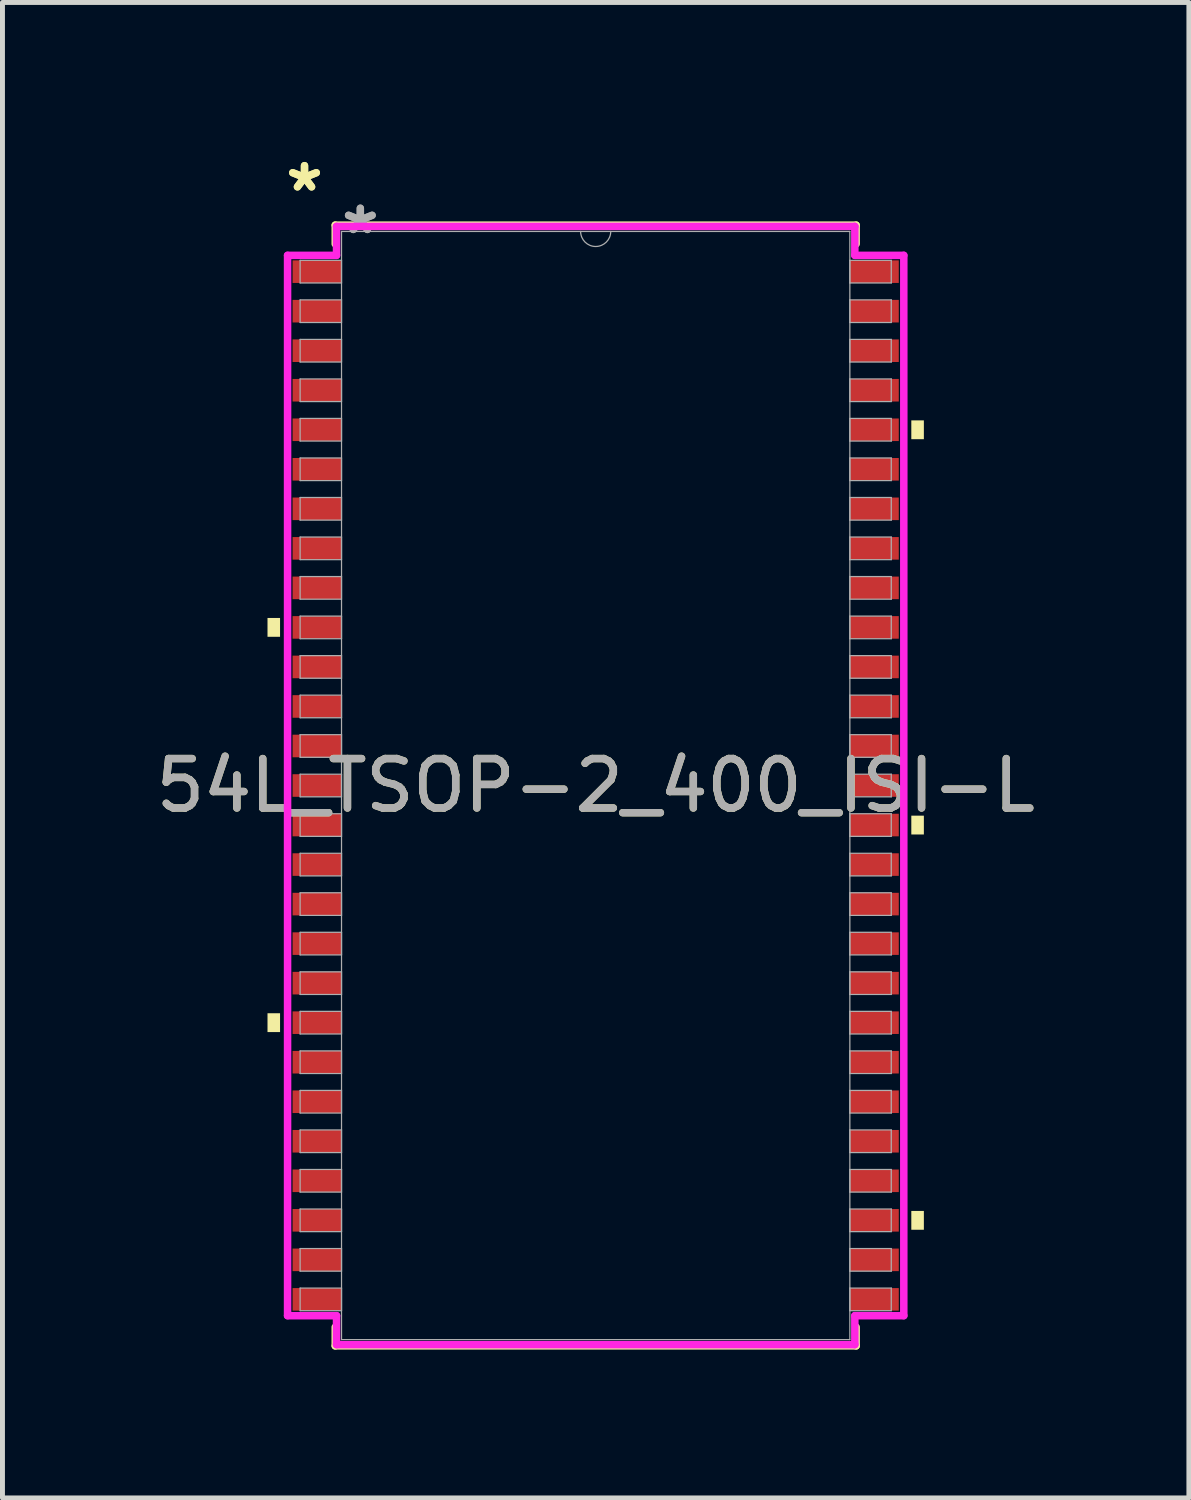
<source format=kicad_pcb>
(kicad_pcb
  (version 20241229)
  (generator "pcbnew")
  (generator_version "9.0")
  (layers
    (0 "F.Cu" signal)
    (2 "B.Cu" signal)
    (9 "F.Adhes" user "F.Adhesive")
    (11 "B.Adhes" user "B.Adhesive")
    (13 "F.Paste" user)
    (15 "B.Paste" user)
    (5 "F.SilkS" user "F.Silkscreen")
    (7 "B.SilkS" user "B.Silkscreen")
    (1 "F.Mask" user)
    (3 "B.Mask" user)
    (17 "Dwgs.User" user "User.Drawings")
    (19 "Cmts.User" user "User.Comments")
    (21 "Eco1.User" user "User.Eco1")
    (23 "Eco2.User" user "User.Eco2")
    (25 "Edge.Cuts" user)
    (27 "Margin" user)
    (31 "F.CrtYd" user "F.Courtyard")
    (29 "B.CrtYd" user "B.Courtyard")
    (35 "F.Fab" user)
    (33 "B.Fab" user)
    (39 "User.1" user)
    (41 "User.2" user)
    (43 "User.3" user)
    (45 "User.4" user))
  (footprint "54L_TSOP-2_400_ISI-L"
    (layer "F.Cu")
    (at 9.006 12.848)
    (property "Reference" "54L_TSOP-2_400_ISI-L" (at 0 0 0) (unlocked yes) (layer "F.SilkS") (effects (font (size 1 1) (thickness 0.15))))
    (attr smd)
    (fp_line (start -5.271 -11.341) (end -5.271 -10.961) (stroke (width 0.152) (type solid)) (layer "F.SilkS"))
    (fp_line (start -5.271 10.961) (end -5.271 11.341) (stroke (width 0.152) (type solid)) (layer "F.SilkS"))
    (fp_line (start -5.271 11.341) (end 5.271 11.341) (stroke (width 0.152) (type solid)) (layer "F.SilkS"))
    (fp_line (start 5.271 -11.341) (end -5.271 -11.341) (stroke (width 0.152) (type solid)) (layer "F.SilkS"))
    (fp_line (start 5.271 -10.961) (end 5.271 -11.341) (stroke (width 0.152) (type solid)) (layer "F.SilkS"))
    (fp_line (start 5.271 11.341) (end 5.271 10.961) (stroke (width 0.152) (type solid)) (layer "F.SilkS"))
    (fp_poly (pts (xy -6.642 -3.391) (xy -6.642 -3.01) (xy -6.388 -3.01) (xy -6.388 -3.391)) (stroke (width 0) (type solid)) (fill yes) (layer "F.SilkS"))
    (fp_poly (pts (xy -6.642 4.609) (xy -6.642 4.99) (xy -6.388 4.99) (xy -6.388 4.609)) (stroke (width 0) (type solid)) (fill yes) (layer "F.SilkS"))
    (fp_poly (pts (xy 6.642 -7.39) (xy 6.642 -7.009) (xy 6.388 -7.009) (xy 6.388 -7.39)) (stroke (width 0) (type solid)) (fill yes) (layer "F.SilkS"))
    (fp_poly (pts (xy 6.642 0.61) (xy 6.642 0.991) (xy 6.388 0.991) (xy 6.388 0.61)) (stroke (width 0) (type solid)) (fill yes) (layer "F.SilkS"))
    (fp_poly (pts (xy 6.642 8.61) (xy 6.642 8.991) (xy 6.388 8.991) (xy 6.388 8.61)) (stroke (width 0) (type solid)) (fill yes) (layer "F.SilkS"))
    (fp_line (start -6.236 -10.73) (end -5.245 -10.73) (stroke (width 0.152) (type solid)) (layer "F.CrtYd"))
    (fp_line (start -6.236 10.73) (end -6.236 -10.73) (stroke (width 0.152) (type solid)) (layer "F.CrtYd"))
    (fp_line (start -6.236 10.73) (end -5.245 10.73) (stroke (width 0.152) (type solid)) (layer "F.CrtYd"))
    (fp_line (start -5.245 -11.316) (end 5.245 -11.316) (stroke (width 0.152) (type solid)) (layer "F.CrtYd"))
    (fp_line (start -5.245 -10.73) (end -5.245 -11.316) (stroke (width 0.152) (type solid)) (layer "F.CrtYd"))
    (fp_line (start -5.245 11.316) (end -5.245 10.73) (stroke (width 0.152) (type solid)) (layer "F.CrtYd"))
    (fp_line (start 5.245 -11.316) (end 5.245 -10.73) (stroke (width 0.152) (type solid)) (layer "F.CrtYd"))
    (fp_line (start 5.245 10.73) (end 5.245 11.316) (stroke (width 0.152) (type solid)) (layer "F.CrtYd"))
    (fp_line (start 5.245 11.316) (end -5.245 11.316) (stroke (width 0.152) (type solid)) (layer "F.CrtYd"))
    (fp_line (start 6.236 -10.73) (end 5.245 -10.73) (stroke (width 0.152) (type solid)) (layer "F.CrtYd"))
    (fp_line (start 6.236 -10.73) (end 6.236 10.73) (stroke (width 0.152) (type solid)) (layer "F.CrtYd"))
    (fp_line (start 6.236 10.73) (end 5.245 10.73) (stroke (width 0.152) (type solid)) (layer "F.CrtYd"))
    (fp_line (start -5.982 -10.629) (end -5.982 -10.171) (stroke (width 0.025) (type solid)) (layer "F.Fab"))
    (fp_line (start -5.982 -10.171) (end -5.144 -10.171) (stroke (width 0.025) (type solid)) (layer "F.Fab"))
    (fp_line (start -5.982 -9.829) (end -5.982 -9.371) (stroke (width 0.025) (type solid)) (layer "F.Fab"))
    (fp_line (start -5.982 -9.371) (end -5.144 -9.371) (stroke (width 0.025) (type solid)) (layer "F.Fab"))
    (fp_line (start -5.982 -9.029) (end -5.982 -8.571) (stroke (width 0.025) (type solid)) (layer "F.Fab"))
    (fp_line (start -5.982 -8.571) (end -5.144 -8.571) (stroke (width 0.025) (type solid)) (layer "F.Fab"))
    (fp_line (start -5.982 -8.229) (end -5.982 -7.771) (stroke (width 0.025) (type solid)) (layer "F.Fab"))
    (fp_line (start -5.982 -7.771) (end -5.144 -7.771) (stroke (width 0.025) (type solid)) (layer "F.Fab"))
    (fp_line (start -5.982 -7.429) (end -5.982 -6.971) (stroke (width 0.025) (type solid)) (layer "F.Fab"))
    (fp_line (start -5.982 -6.971) (end -5.144 -6.971) (stroke (width 0.025) (type solid)) (layer "F.Fab"))
    (fp_line (start -5.982 -6.629) (end -5.982 -6.171) (stroke (width 0.025) (type solid)) (layer "F.Fab"))
    (fp_line (start -5.982 -6.171) (end -5.144 -6.171) (stroke (width 0.025) (type solid)) (layer "F.Fab"))
    (fp_line (start -5.982 -5.829) (end -5.982 -5.371) (stroke (width 0.025) (type solid)) (layer "F.Fab"))
    (fp_line (start -5.982 -5.371) (end -5.144 -5.371) (stroke (width 0.025) (type solid)) (layer "F.Fab"))
    (fp_line (start -5.982 -5.029) (end -5.982 -4.571) (stroke (width 0.025) (type solid)) (layer "F.Fab"))
    (fp_line (start -5.982 -4.571) (end -5.144 -4.571) (stroke (width 0.025) (type solid)) (layer "F.Fab"))
    (fp_line (start -5.982 -4.229) (end -5.982 -3.771) (stroke (width 0.025) (type solid)) (layer "F.Fab"))
    (fp_line (start -5.982 -3.771) (end -5.144 -3.771) (stroke (width 0.025) (type solid)) (layer "F.Fab"))
    (fp_line (start -5.982 -3.429) (end -5.982 -2.971) (stroke (width 0.025) (type solid)) (layer "F.Fab"))
    (fp_line (start -5.982 -2.971) (end -5.144 -2.971) (stroke (width 0.025) (type solid)) (layer "F.Fab"))
    (fp_line (start -5.982 -2.629) (end -5.982 -2.171) (stroke (width 0.025) (type solid)) (layer "F.Fab"))
    (fp_line (start -5.982 -2.171) (end -5.144 -2.171) (stroke (width 0.025) (type solid)) (layer "F.Fab"))
    (fp_line (start -5.982 -1.829) (end -5.982 -1.371) (stroke (width 0.025) (type solid)) (layer "F.Fab"))
    (fp_line (start -5.982 -1.371) (end -5.144 -1.371) (stroke (width 0.025) (type solid)) (layer "F.Fab"))
    (fp_line (start -5.982 -1.029) (end -5.982 -0.571) (stroke (width 0.025) (type solid)) (layer "F.Fab"))
    (fp_line (start -5.982 -0.571) (end -5.144 -0.571) (stroke (width 0.025) (type solid)) (layer "F.Fab"))
    (fp_line (start -5.982 -0.229) (end -5.982 0.229) (stroke (width 0.025) (type solid)) (layer "F.Fab"))
    (fp_line (start -5.982 0.229) (end -5.144 0.229) (stroke (width 0.025) (type solid)) (layer "F.Fab"))
    (fp_line (start -5.982 0.571) (end -5.982 1.029) (stroke (width 0.025) (type solid)) (layer "F.Fab"))
    (fp_line (start -5.982 1.029) (end -5.144 1.029) (stroke (width 0.025) (type solid)) (layer "F.Fab"))
    (fp_line (start -5.982 1.371) (end -5.982 1.829) (stroke (width 0.025) (type solid)) (layer "F.Fab"))
    (fp_line (start -5.982 1.829) (end -5.144 1.829) (stroke (width 0.025) (type solid)) (layer "F.Fab"))
    (fp_line (start -5.982 2.171) (end -5.982 2.629) (stroke (width 0.025) (type solid)) (layer "F.Fab"))
    (fp_line (start -5.982 2.629) (end -5.144 2.629) (stroke (width 0.025) (type solid)) (layer "F.Fab"))
    (fp_line (start -5.982 2.971) (end -5.982 3.429) (stroke (width 0.025) (type solid)) (layer "F.Fab"))
    (fp_line (start -5.982 3.429) (end -5.144 3.429) (stroke (width 0.025) (type solid)) (layer "F.Fab"))
    (fp_line (start -5.982 3.771) (end -5.982 4.229) (stroke (width 0.025) (type solid)) (layer "F.Fab"))
    (fp_line (start -5.982 4.229) (end -5.144 4.229) (stroke (width 0.025) (type solid)) (layer "F.Fab"))
    (fp_line (start -5.982 4.571) (end -5.982 5.029) (stroke (width 0.025) (type solid)) (layer "F.Fab"))
    (fp_line (start -5.982 5.029) (end -5.144 5.029) (stroke (width 0.025) (type solid)) (layer "F.Fab"))
    (fp_line (start -5.982 5.371) (end -5.982 5.829) (stroke (width 0.025) (type solid)) (layer "F.Fab"))
    (fp_line (start -5.982 5.829) (end -5.144 5.829) (stroke (width 0.025) (type solid)) (layer "F.Fab"))
    (fp_line (start -5.982 6.171) (end -5.982 6.629) (stroke (width 0.025) (type solid)) (layer "F.Fab"))
    (fp_line (start -5.982 6.629) (end -5.144 6.629) (stroke (width 0.025) (type solid)) (layer "F.Fab"))
    (fp_line (start -5.982 6.971) (end -5.982 7.429) (stroke (width 0.025) (type solid)) (layer "F.Fab"))
    (fp_line (start -5.982 7.429) (end -5.144 7.429) (stroke (width 0.025) (type solid)) (layer "F.Fab"))
    (fp_line (start -5.982 7.771) (end -5.982 8.229) (stroke (width 0.025) (type solid)) (layer "F.Fab"))
    (fp_line (start -5.982 8.229) (end -5.144 8.229) (stroke (width 0.025) (type solid)) (layer "F.Fab"))
    (fp_line (start -5.982 8.571) (end -5.982 9.029) (stroke (width 0.025) (type solid)) (layer "F.Fab"))
    (fp_line (start -5.982 9.029) (end -5.144 9.029) (stroke (width 0.025) (type solid)) (layer "F.Fab"))
    (fp_line (start -5.982 9.371) (end -5.982 9.829) (stroke (width 0.025) (type solid)) (layer "F.Fab"))
    (fp_line (start -5.982 9.829) (end -5.144 9.829) (stroke (width 0.025) (type solid)) (layer "F.Fab"))
    (fp_line (start -5.982 10.171) (end -5.982 10.629) (stroke (width 0.025) (type solid)) (layer "F.Fab"))
    (fp_line (start -5.982 10.629) (end -5.144 10.629) (stroke (width 0.025) (type solid)) (layer "F.Fab"))
    (fp_line (start -5.144 -11.214) (end -5.144 11.214) (stroke (width 0.025) (type solid)) (layer "F.Fab"))
    (fp_line (start -5.144 -10.629) (end -5.982 -10.629) (stroke (width 0.025) (type solid)) (layer "F.Fab"))
    (fp_line (start -5.144 -10.171) (end -5.144 -10.629) (stroke (width 0.025) (type solid)) (layer "F.Fab"))
    (fp_line (start -5.144 -9.829) (end -5.982 -9.829) (stroke (width 0.025) (type solid)) (layer "F.Fab"))
    (fp_line (start -5.144 -9.371) (end -5.144 -9.829) (stroke (width 0.025) (type solid)) (layer "F.Fab"))
    (fp_line (start -5.144 -9.029) (end -5.982 -9.029) (stroke (width 0.025) (type solid)) (layer "F.Fab"))
    (fp_line (start -5.144 -8.571) (end -5.144 -9.029) (stroke (width 0.025) (type solid)) (layer "F.Fab"))
    (fp_line (start -5.144 -8.229) (end -5.982 -8.229) (stroke (width 0.025) (type solid)) (layer "F.Fab"))
    (fp_line (start -5.144 -7.771) (end -5.144 -8.229) (stroke (width 0.025) (type solid)) (layer "F.Fab"))
    (fp_line (start -5.144 -7.429) (end -5.982 -7.429) (stroke (width 0.025) (type solid)) (layer "F.Fab"))
    (fp_line (start -5.144 -6.971) (end -5.144 -7.429) (stroke (width 0.025) (type solid)) (layer "F.Fab"))
    (fp_line (start -5.144 -6.629) (end -5.982 -6.629) (stroke (width 0.025) (type solid)) (layer "F.Fab"))
    (fp_line (start -5.144 -6.171) (end -5.144 -6.629) (stroke (width 0.025) (type solid)) (layer "F.Fab"))
    (fp_line (start -5.144 -5.829) (end -5.982 -5.829) (stroke (width 0.025) (type solid)) (layer "F.Fab"))
    (fp_line (start -5.144 -5.371) (end -5.144 -5.829) (stroke (width 0.025) (type solid)) (layer "F.Fab"))
    (fp_line (start -5.144 -5.029) (end -5.982 -5.029) (stroke (width 0.025) (type solid)) (layer "F.Fab"))
    (fp_line (start -5.144 -4.571) (end -5.144 -5.029) (stroke (width 0.025) (type solid)) (layer "F.Fab"))
    (fp_line (start -5.144 -4.229) (end -5.982 -4.229) (stroke (width 0.025) (type solid)) (layer "F.Fab"))
    (fp_line (start -5.144 -3.771) (end -5.144 -4.229) (stroke (width 0.025) (type solid)) (layer "F.Fab"))
    (fp_line (start -5.144 -3.429) (end -5.982 -3.429) (stroke (width 0.025) (type solid)) (layer "F.Fab"))
    (fp_line (start -5.144 -2.971) (end -5.144 -3.429) (stroke (width 0.025) (type solid)) (layer "F.Fab"))
    (fp_line (start -5.144 -2.629) (end -5.982 -2.629) (stroke (width 0.025) (type solid)) (layer "F.Fab"))
    (fp_line (start -5.144 -2.171) (end -5.144 -2.629) (stroke (width 0.025) (type solid)) (layer "F.Fab"))
    (fp_line (start -5.144 -1.829) (end -5.982 -1.829) (stroke (width 0.025) (type solid)) (layer "F.Fab"))
    (fp_line (start -5.144 -1.371) (end -5.144 -1.829) (stroke (width 0.025) (type solid)) (layer "F.Fab"))
    (fp_line (start -5.144 -1.029) (end -5.982 -1.029) (stroke (width 0.025) (type solid)) (layer "F.Fab"))
    (fp_line (start -5.144 -0.571) (end -5.144 -1.029) (stroke (width 0.025) (type solid)) (layer "F.Fab"))
    (fp_line (start -5.144 -0.229) (end -5.982 -0.229) (stroke (width 0.025) (type solid)) (layer "F.Fab"))
    (fp_line (start -5.144 0.229) (end -5.144 -0.229) (stroke (width 0.025) (type solid)) (layer "F.Fab"))
    (fp_line (start -5.144 0.571) (end -5.982 0.571) (stroke (width 0.025) (type solid)) (layer "F.Fab"))
    (fp_line (start -5.144 1.029) (end -5.144 0.571) (stroke (width 0.025) (type solid)) (layer "F.Fab"))
    (fp_line (start -5.144 1.371) (end -5.982 1.371) (stroke (width 0.025) (type solid)) (layer "F.Fab"))
    (fp_line (start -5.144 1.829) (end -5.144 1.371) (stroke (width 0.025) (type solid)) (layer "F.Fab"))
    (fp_line (start -5.144 2.171) (end -5.982 2.171) (stroke (width 0.025) (type solid)) (layer "F.Fab"))
    (fp_line (start -5.144 2.629) (end -5.144 2.171) (stroke (width 0.025) (type solid)) (layer "F.Fab"))
    (fp_line (start -5.144 2.971) (end -5.982 2.971) (stroke (width 0.025) (type solid)) (layer "F.Fab"))
    (fp_line (start -5.144 3.429) (end -5.144 2.971) (stroke (width 0.025) (type solid)) (layer "F.Fab"))
    (fp_line (start -5.144 3.771) (end -5.982 3.771) (stroke (width 0.025) (type solid)) (layer "F.Fab"))
    (fp_line (start -5.144 4.229) (end -5.144 3.771) (stroke (width 0.025) (type solid)) (layer "F.Fab"))
    (fp_line (start -5.144 4.571) (end -5.982 4.571) (stroke (width 0.025) (type solid)) (layer "F.Fab"))
    (fp_line (start -5.144 5.029) (end -5.144 4.571) (stroke (width 0.025) (type solid)) (layer "F.Fab"))
    (fp_line (start -5.144 5.371) (end -5.982 5.371) (stroke (width 0.025) (type solid)) (layer "F.Fab"))
    (fp_line (start -5.144 5.829) (end -5.144 5.371) (stroke (width 0.025) (type solid)) (layer "F.Fab"))
    (fp_line (start -5.144 6.171) (end -5.982 6.171) (stroke (width 0.025) (type solid)) (layer "F.Fab"))
    (fp_line (start -5.144 6.629) (end -5.144 6.171) (stroke (width 0.025) (type solid)) (layer "F.Fab"))
    (fp_line (start -5.144 6.971) (end -5.982 6.971) (stroke (width 0.025) (type solid)) (layer "F.Fab"))
    (fp_line (start -5.144 7.429) (end -5.144 6.971) (stroke (width 0.025) (type solid)) (layer "F.Fab"))
    (fp_line (start -5.144 7.771) (end -5.982 7.771) (stroke (width 0.025) (type solid)) (layer "F.Fab"))
    (fp_line (start -5.144 8.229) (end -5.144 7.771) (stroke (width 0.025) (type solid)) (layer "F.Fab"))
    (fp_line (start -5.144 8.571) (end -5.982 8.571) (stroke (width 0.025) (type solid)) (layer "F.Fab"))
    (fp_line (start -5.144 9.029) (end -5.144 8.571) (stroke (width 0.025) (type solid)) (layer "F.Fab"))
    (fp_line (start -5.144 9.371) (end -5.982 9.371) (stroke (width 0.025) (type solid)) (layer "F.Fab"))
    (fp_line (start -5.144 9.829) (end -5.144 9.371) (stroke (width 0.025) (type solid)) (layer "F.Fab"))
    (fp_line (start -5.144 10.171) (end -5.982 10.171) (stroke (width 0.025) (type solid)) (layer "F.Fab"))
    (fp_line (start -5.144 10.629) (end -5.144 10.171) (stroke (width 0.025) (type solid)) (layer "F.Fab"))
    (fp_line (start -5.144 11.214) (end 5.144 11.214) (stroke (width 0.025) (type solid)) (layer "F.Fab"))
    (fp_line (start 5.144 -11.214) (end -5.144 -11.214) (stroke (width 0.025) (type solid)) (layer "F.Fab"))
    (fp_line (start 5.144 -10.629) (end 5.144 -10.171) (stroke (width 0.025) (type solid)) (layer "F.Fab"))
    (fp_line (start 5.144 -10.171) (end 5.982 -10.171) (stroke (width 0.025) (type solid)) (layer "F.Fab"))
    (fp_line (start 5.144 -9.829) (end 5.144 -9.371) (stroke (width 0.025) (type solid)) (layer "F.Fab"))
    (fp_line (start 5.144 -9.371) (end 5.982 -9.371) (stroke (width 0.025) (type solid)) (layer "F.Fab"))
    (fp_line (start 5.144 -9.029) (end 5.144 -8.571) (stroke (width 0.025) (type solid)) (layer "F.Fab"))
    (fp_line (start 5.144 -8.571) (end 5.982 -8.571) (stroke (width 0.025) (type solid)) (layer "F.Fab"))
    (fp_line (start 5.144 -8.229) (end 5.144 -7.771) (stroke (width 0.025) (type solid)) (layer "F.Fab"))
    (fp_line (start 5.144 -7.771) (end 5.982 -7.771) (stroke (width 0.025) (type solid)) (layer "F.Fab"))
    (fp_line (start 5.144 -7.429) (end 5.144 -6.971) (stroke (width 0.025) (type solid)) (layer "F.Fab"))
    (fp_line (start 5.144 -6.971) (end 5.982 -6.971) (stroke (width 0.025) (type solid)) (layer "F.Fab"))
    (fp_line (start 5.144 -6.629) (end 5.144 -6.171) (stroke (width 0.025) (type solid)) (layer "F.Fab"))
    (fp_line (start 5.144 -6.171) (end 5.982 -6.171) (stroke (width 0.025) (type solid)) (layer "F.Fab"))
    (fp_line (start 5.144 -5.829) (end 5.144 -5.371) (stroke (width 0.025) (type solid)) (layer "F.Fab"))
    (fp_line (start 5.144 -5.371) (end 5.982 -5.371) (stroke (width 0.025) (type solid)) (layer "F.Fab"))
    (fp_line (start 5.144 -5.029) (end 5.144 -4.571) (stroke (width 0.025) (type solid)) (layer "F.Fab"))
    (fp_line (start 5.144 -4.571) (end 5.982 -4.571) (stroke (width 0.025) (type solid)) (layer "F.Fab"))
    (fp_line (start 5.144 -4.229) (end 5.144 -3.771) (stroke (width 0.025) (type solid)) (layer "F.Fab"))
    (fp_line (start 5.144 -3.771) (end 5.982 -3.771) (stroke (width 0.025) (type solid)) (layer "F.Fab"))
    (fp_line (start 5.144 -3.429) (end 5.144 -2.971) (stroke (width 0.025) (type solid)) (layer "F.Fab"))
    (fp_line (start 5.144 -2.971) (end 5.982 -2.971) (stroke (width 0.025) (type solid)) (layer "F.Fab"))
    (fp_line (start 5.144 -2.629) (end 5.144 -2.171) (stroke (width 0.025) (type solid)) (layer "F.Fab"))
    (fp_line (start 5.144 -2.171) (end 5.982 -2.171) (stroke (width 0.025) (type solid)) (layer "F.Fab"))
    (fp_line (start 5.144 -1.829) (end 5.144 -1.371) (stroke (width 0.025) (type solid)) (layer "F.Fab"))
    (fp_line (start 5.144 -1.371) (end 5.982 -1.371) (stroke (width 0.025) (type solid)) (layer "F.Fab"))
    (fp_line (start 5.144 -1.029) (end 5.144 -0.571) (stroke (width 0.025) (type solid)) (layer "F.Fab"))
    (fp_line (start 5.144 -0.571) (end 5.982 -0.571) (stroke (width 0.025) (type solid)) (layer "F.Fab"))
    (fp_line (start 5.144 -0.229) (end 5.144 0.229) (stroke (width 0.025) (type solid)) (layer "F.Fab"))
    (fp_line (start 5.144 0.229) (end 5.982 0.229) (stroke (width 0.025) (type solid)) (layer "F.Fab"))
    (fp_line (start 5.144 0.571) (end 5.144 1.029) (stroke (width 0.025) (type solid)) (layer "F.Fab"))
    (fp_line (start 5.144 1.029) (end 5.982 1.029) (stroke (width 0.025) (type solid)) (layer "F.Fab"))
    (fp_line (start 5.144 1.371) (end 5.144 1.829) (stroke (width 0.025) (type solid)) (layer "F.Fab"))
    (fp_line (start 5.144 1.829) (end 5.982 1.829) (stroke (width 0.025) (type solid)) (layer "F.Fab"))
    (fp_line (start 5.144 2.171) (end 5.144 2.629) (stroke (width 0.025) (type solid)) (layer "F.Fab"))
    (fp_line (start 5.144 2.629) (end 5.982 2.629) (stroke (width 0.025) (type solid)) (layer "F.Fab"))
    (fp_line (start 5.144 2.971) (end 5.144 3.429) (stroke (width 0.025) (type solid)) (layer "F.Fab"))
    (fp_line (start 5.144 3.429) (end 5.982 3.429) (stroke (width 0.025) (type solid)) (layer "F.Fab"))
    (fp_line (start 5.144 3.771) (end 5.144 4.229) (stroke (width 0.025) (type solid)) (layer "F.Fab"))
    (fp_line (start 5.144 4.229) (end 5.982 4.229) (stroke (width 0.025) (type solid)) (layer "F.Fab"))
    (fp_line (start 5.144 4.571) (end 5.144 5.029) (stroke (width 0.025) (type solid)) (layer "F.Fab"))
    (fp_line (start 5.144 5.029) (end 5.982 5.029) (stroke (width 0.025) (type solid)) (layer "F.Fab"))
    (fp_line (start 5.144 5.371) (end 5.144 5.829) (stroke (width 0.025) (type solid)) (layer "F.Fab"))
    (fp_line (start 5.144 5.829) (end 5.982 5.829) (stroke (width 0.025) (type solid)) (layer "F.Fab"))
    (fp_line (start 5.144 6.171) (end 5.144 6.629) (stroke (width 0.025) (type solid)) (layer "F.Fab"))
    (fp_line (start 5.144 6.629) (end 5.982 6.629) (stroke (width 0.025) (type solid)) (layer "F.Fab"))
    (fp_line (start 5.144 6.971) (end 5.144 7.429) (stroke (width 0.025) (type solid)) (layer "F.Fab"))
    (fp_line (start 5.144 7.429) (end 5.982 7.429) (stroke (width 0.025) (type solid)) (layer "F.Fab"))
    (fp_line (start 5.144 7.771) (end 5.144 8.229) (stroke (width 0.025) (type solid)) (layer "F.Fab"))
    (fp_line (start 5.144 8.229) (end 5.982 8.229) (stroke (width 0.025) (type solid)) (layer "F.Fab"))
    (fp_line (start 5.144 8.571) (end 5.144 9.029) (stroke (width 0.025) (type solid)) (layer "F.Fab"))
    (fp_line (start 5.144 9.029) (end 5.982 9.029) (stroke (width 0.025) (type solid)) (layer "F.Fab"))
    (fp_line (start 5.144 9.371) (end 5.144 9.829) (stroke (width 0.025) (type solid)) (layer "F.Fab"))
    (fp_line (start 5.144 9.829) (end 5.982 9.829) (stroke (width 0.025) (type solid)) (layer "F.Fab"))
    (fp_line (start 5.144 10.171) (end 5.144 10.629) (stroke (width 0.025) (type solid)) (layer "F.Fab"))
    (fp_line (start 5.144 10.629) (end 5.982 10.629) (stroke (width 0.025) (type solid)) (layer "F.Fab"))
    (fp_line (start 5.144 11.214) (end 5.144 -11.214) (stroke (width 0.025) (type solid)) (layer "F.Fab"))
    (fp_line (start 5.982 -10.629) (end 5.144 -10.629) (stroke (width 0.025) (type solid)) (layer "F.Fab"))
    (fp_line (start 5.982 -10.171) (end 5.982 -10.629) (stroke (width 0.025) (type solid)) (layer "F.Fab"))
    (fp_line (start 5.982 -9.829) (end 5.144 -9.829) (stroke (width 0.025) (type solid)) (layer "F.Fab"))
    (fp_line (start 5.982 -9.371) (end 5.982 -9.829) (stroke (width 0.025) (type solid)) (layer "F.Fab"))
    (fp_line (start 5.982 -9.029) (end 5.144 -9.029) (stroke (width 0.025) (type solid)) (layer "F.Fab"))
    (fp_line (start 5.982 -8.571) (end 5.982 -9.029) (stroke (width 0.025) (type solid)) (layer "F.Fab"))
    (fp_line (start 5.982 -8.229) (end 5.144 -8.229) (stroke (width 0.025) (type solid)) (layer "F.Fab"))
    (fp_line (start 5.982 -7.771) (end 5.982 -8.229) (stroke (width 0.025) (type solid)) (layer "F.Fab"))
    (fp_line (start 5.982 -7.429) (end 5.144 -7.429) (stroke (width 0.025) (type solid)) (layer "F.Fab"))
    (fp_line (start 5.982 -6.971) (end 5.982 -7.429) (stroke (width 0.025) (type solid)) (layer "F.Fab"))
    (fp_line (start 5.982 -6.629) (end 5.144 -6.629) (stroke (width 0.025) (type solid)) (layer "F.Fab"))
    (fp_line (start 5.982 -6.171) (end 5.982 -6.629) (stroke (width 0.025) (type solid)) (layer "F.Fab"))
    (fp_line (start 5.982 -5.829) (end 5.144 -5.829) (stroke (width 0.025) (type solid)) (layer "F.Fab"))
    (fp_line (start 5.982 -5.371) (end 5.982 -5.829) (stroke (width 0.025) (type solid)) (layer "F.Fab"))
    (fp_line (start 5.982 -5.029) (end 5.144 -5.029) (stroke (width 0.025) (type solid)) (layer "F.Fab"))
    (fp_line (start 5.982 -4.571) (end 5.982 -5.029) (stroke (width 0.025) (type solid)) (layer "F.Fab"))
    (fp_line (start 5.982 -4.229) (end 5.144 -4.229) (stroke (width 0.025) (type solid)) (layer "F.Fab"))
    (fp_line (start 5.982 -3.771) (end 5.982 -4.229) (stroke (width 0.025) (type solid)) (layer "F.Fab"))
    (fp_line (start 5.982 -3.429) (end 5.144 -3.429) (stroke (width 0.025) (type solid)) (layer "F.Fab"))
    (fp_line (start 5.982 -2.971) (end 5.982 -3.429) (stroke (width 0.025) (type solid)) (layer "F.Fab"))
    (fp_line (start 5.982 -2.629) (end 5.144 -2.629) (stroke (width 0.025) (type solid)) (layer "F.Fab"))
    (fp_line (start 5.982 -2.171) (end 5.982 -2.629) (stroke (width 0.025) (type solid)) (layer "F.Fab"))
    (fp_line (start 5.982 -1.829) (end 5.144 -1.829) (stroke (width 0.025) (type solid)) (layer "F.Fab"))
    (fp_line (start 5.982 -1.371) (end 5.982 -1.829) (stroke (width 0.025) (type solid)) (layer "F.Fab"))
    (fp_line (start 5.982 -1.029) (end 5.144 -1.029) (stroke (width 0.025) (type solid)) (layer "F.Fab"))
    (fp_line (start 5.982 -0.571) (end 5.982 -1.029) (stroke (width 0.025) (type solid)) (layer "F.Fab"))
    (fp_line (start 5.982 -0.229) (end 5.144 -0.229) (stroke (width 0.025) (type solid)) (layer "F.Fab"))
    (fp_line (start 5.982 0.229) (end 5.982 -0.229) (stroke (width 0.025) (type solid)) (layer "F.Fab"))
    (fp_line (start 5.982 0.571) (end 5.144 0.571) (stroke (width 0.025) (type solid)) (layer "F.Fab"))
    (fp_line (start 5.982 1.029) (end 5.982 0.571) (stroke (width 0.025) (type solid)) (layer "F.Fab"))
    (fp_line (start 5.982 1.371) (end 5.144 1.371) (stroke (width 0.025) (type solid)) (layer "F.Fab"))
    (fp_line (start 5.982 1.829) (end 5.982 1.371) (stroke (width 0.025) (type solid)) (layer "F.Fab"))
    (fp_line (start 5.982 2.171) (end 5.144 2.171) (stroke (width 0.025) (type solid)) (layer "F.Fab"))
    (fp_line (start 5.982 2.629) (end 5.982 2.171) (stroke (width 0.025) (type solid)) (layer "F.Fab"))
    (fp_line (start 5.982 2.971) (end 5.144 2.971) (stroke (width 0.025) (type solid)) (layer "F.Fab"))
    (fp_line (start 5.982 3.429) (end 5.982 2.971) (stroke (width 0.025) (type solid)) (layer "F.Fab"))
    (fp_line (start 5.982 3.771) (end 5.144 3.771) (stroke (width 0.025) (type solid)) (layer "F.Fab"))
    (fp_line (start 5.982 4.229) (end 5.982 3.771) (stroke (width 0.025) (type solid)) (layer "F.Fab"))
    (fp_line (start 5.982 4.571) (end 5.144 4.571) (stroke (width 0.025) (type solid)) (layer "F.Fab"))
    (fp_line (start 5.982 5.029) (end 5.982 4.571) (stroke (width 0.025) (type solid)) (layer "F.Fab"))
    (fp_line (start 5.982 5.371) (end 5.144 5.371) (stroke (width 0.025) (type solid)) (layer "F.Fab"))
    (fp_line (start 5.982 5.829) (end 5.982 5.371) (stroke (width 0.025) (type solid)) (layer "F.Fab"))
    (fp_line (start 5.982 6.171) (end 5.144 6.171) (stroke (width 0.025) (type solid)) (layer "F.Fab"))
    (fp_line (start 5.982 6.629) (end 5.982 6.171) (stroke (width 0.025) (type solid)) (layer "F.Fab"))
    (fp_line (start 5.982 6.971) (end 5.144 6.971) (stroke (width 0.025) (type solid)) (layer "F.Fab"))
    (fp_line (start 5.982 7.429) (end 5.982 6.971) (stroke (width 0.025) (type solid)) (layer "F.Fab"))
    (fp_line (start 5.982 7.771) (end 5.144 7.771) (stroke (width 0.025) (type solid)) (layer "F.Fab"))
    (fp_line (start 5.982 8.229) (end 5.982 7.771) (stroke (width 0.025) (type solid)) (layer "F.Fab"))
    (fp_line (start 5.982 8.571) (end 5.144 8.571) (stroke (width 0.025) (type solid)) (layer "F.Fab"))
    (fp_line (start 5.982 9.029) (end 5.982 8.571) (stroke (width 0.025) (type solid)) (layer "F.Fab"))
    (fp_line (start 5.982 9.371) (end 5.144 9.371) (stroke (width 0.025) (type solid)) (layer "F.Fab"))
    (fp_line (start 5.982 9.829) (end 5.982 9.371) (stroke (width 0.025) (type solid)) (layer "F.Fab"))
    (fp_line (start 5.982 10.171) (end 5.144 10.171) (stroke (width 0.025) (type solid)) (layer "F.Fab"))
    (fp_line (start 5.982 10.629) (end 5.982 10.171) (stroke (width 0.025) (type solid)) (layer "F.Fab"))
    (fp_arc (start 0.3048 -11.2141) (mid 0 -10.9093) (end -0.3048 -11.2141) (stroke (width 0.0254) (type solid)) (layer "F.Fab"))
    (fp_text user "*" (at -5.893 -12 0) (layer "F.SilkS") (effects (font (size 1 1) (thickness 0.15))))
    (fp_text user "*" (at -5.893 -12 0) (unlocked yes) (layer "F.SilkS") (effects (font (size 1 1) (thickness 0.15))))
    (fp_text user "${REFERENCE}" (at 0 0 0) (unlocked yes) (layer "F.Fab") (effects (font (size 1 1) (thickness 0.15))))
    (fp_text user "*" (at -4.763 -11.138 0) (layer "F.Fab") (effects (font (size 1 1) (thickness 0.15))))
    (fp_text user "*" (at -4.763 -11.138 0) (unlocked yes) (layer "F.Fab") (effects (font (size 1 1) (thickness 0.15))))
    (pad "1" smd rect (at -5.639 -10.4) (size 0.991 0.457) (layers "F.Cu" "F.Mask" "F.Paste"))
    (pad "2" smd rect (at -5.639 -9.6) (size 0.991 0.457) (layers "F.Cu" "F.Mask" "F.Paste"))
    (pad "3" smd rect (at -5.639 -8.8) (size 0.991 0.457) (layers "F.Cu" "F.Mask" "F.Paste"))
    (pad "4" smd rect (at -5.639 -8) (size 0.991 0.457) (layers "F.Cu" "F.Mask" "F.Paste"))
    (pad "5" smd rect (at -5.639 -7.2) (size 0.991 0.457) (layers "F.Cu" "F.Mask" "F.Paste"))
    (pad "6" smd rect (at -5.639 -6.4) (size 0.991 0.457) (layers "F.Cu" "F.Mask" "F.Paste"))
    (pad "7" smd rect (at -5.639 -5.6) (size 0.991 0.457) (layers "F.Cu" "F.Mask" "F.Paste"))
    (pad "8" smd rect (at -5.639 -4.8) (size 0.991 0.457) (layers "F.Cu" "F.Mask" "F.Paste"))
    (pad "9" smd rect (at -5.639 -4) (size 0.991 0.457) (layers "F.Cu" "F.Mask" "F.Paste"))
    (pad "10" smd rect (at -5.639 -3.2) (size 0.991 0.457) (layers "F.Cu" "F.Mask" "F.Paste"))
    (pad "11" smd rect (at -5.639 -2.4) (size 0.991 0.457) (layers "F.Cu" "F.Mask" "F.Paste"))
    (pad "12" smd rect (at -5.639 -1.6) (size 0.991 0.457) (layers "F.Cu" "F.Mask" "F.Paste"))
    (pad "13" smd rect (at -5.639 -0.8) (size 0.991 0.457) (layers "F.Cu" "F.Mask" "F.Paste"))
    (pad "14" smd rect (at -5.639 0) (size 0.991 0.457) (layers "F.Cu" "F.Mask" "F.Paste"))
    (pad "15" smd rect (at -5.639 0.8) (size 0.991 0.457) (layers "F.Cu" "F.Mask" "F.Paste"))
    (pad "16" smd rect (at -5.639 1.6) (size 0.991 0.457) (layers "F.Cu" "F.Mask" "F.Paste"))
    (pad "17" smd rect (at -5.639 2.4) (size 0.991 0.457) (layers "F.Cu" "F.Mask" "F.Paste"))
    (pad "18" smd rect (at -5.639 3.2) (size 0.991 0.457) (layers "F.Cu" "F.Mask" "F.Paste"))
    (pad "19" smd rect (at -5.639 4) (size 0.991 0.457) (layers "F.Cu" "F.Mask" "F.Paste"))
    (pad "20" smd rect (at -5.639 4.8) (size 0.991 0.457) (layers "F.Cu" "F.Mask" "F.Paste"))
    (pad "21" smd rect (at -5.639 5.6) (size 0.991 0.457) (layers "F.Cu" "F.Mask" "F.Paste"))
    (pad "22" smd rect (at -5.639 6.4) (size 0.991 0.457) (layers "F.Cu" "F.Mask" "F.Paste"))
    (pad "23" smd rect (at -5.639 7.2) (size 0.991 0.457) (layers "F.Cu" "F.Mask" "F.Paste"))
    (pad "24" smd rect (at -5.639 8) (size 0.991 0.457) (layers "F.Cu" "F.Mask" "F.Paste"))
    (pad "25" smd rect (at -5.639 8.8) (size 0.991 0.457) (layers "F.Cu" "F.Mask" "F.Paste"))
    (pad "26" smd rect (at -5.639 9.6) (size 0.991 0.457) (layers "F.Cu" "F.Mask" "F.Paste"))
    (pad "27" smd rect (at -5.639 10.4) (size 0.991 0.457) (layers "F.Cu" "F.Mask" "F.Paste"))
    (pad "28" smd rect (at 5.639 10.4) (size 0.991 0.457) (layers "F.Cu" "F.Mask" "F.Paste"))
    (pad "29" smd rect (at 5.639 9.6) (size 0.991 0.457) (layers "F.Cu" "F.Mask" "F.Paste"))
    (pad "30" smd rect (at 5.639 8.8) (size 0.991 0.457) (layers "F.Cu" "F.Mask" "F.Paste"))
    (pad "31" smd rect (at 5.639 8) (size 0.991 0.457) (layers "F.Cu" "F.Mask" "F.Paste"))
    (pad "32" smd rect (at 5.639 7.2) (size 0.991 0.457) (layers "F.Cu" "F.Mask" "F.Paste"))
    (pad "33" smd rect (at 5.639 6.4) (size 0.991 0.457) (layers "F.Cu" "F.Mask" "F.Paste"))
    (pad "34" smd rect (at 5.639 5.6) (size 0.991 0.457) (layers "F.Cu" "F.Mask" "F.Paste"))
    (pad "35" smd rect (at 5.639 4.8) (size 0.991 0.457) (layers "F.Cu" "F.Mask" "F.Paste"))
    (pad "36" smd rect (at 5.639 4) (size 0.991 0.457) (layers "F.Cu" "F.Mask" "F.Paste"))
    (pad "37" smd rect (at 5.639 3.2) (size 0.991 0.457) (layers "F.Cu" "F.Mask" "F.Paste"))
    (pad "38" smd rect (at 5.639 2.4) (size 0.991 0.457) (layers "F.Cu" "F.Mask" "F.Paste"))
    (pad "39" smd rect (at 5.639 1.6) (size 0.991 0.457) (layers "F.Cu" "F.Mask" "F.Paste"))
    (pad "40" smd rect (at 5.639 0.8) (size 0.991 0.457) (layers "F.Cu" "F.Mask" "F.Paste"))
    (pad "41" smd rect (at 5.639 0) (size 0.991 0.457) (layers "F.Cu" "F.Mask" "F.Paste"))
    (pad "42" smd rect (at 5.639 -0.8) (size 0.991 0.457) (layers "F.Cu" "F.Mask" "F.Paste"))
    (pad "43" smd rect (at 5.639 -1.6) (size 0.991 0.457) (layers "F.Cu" "F.Mask" "F.Paste"))
    (pad "44" smd rect (at 5.639 -2.4) (size 0.991 0.457) (layers "F.Cu" "F.Mask" "F.Paste"))
    (pad "45" smd rect (at 5.639 -3.2) (size 0.991 0.457) (layers "F.Cu" "F.Mask" "F.Paste"))
    (pad "46" smd rect (at 5.639 -4) (size 0.991 0.457) (layers "F.Cu" "F.Mask" "F.Paste"))
    (pad "47" smd rect (at 5.639 -4.8) (size 0.991 0.457) (layers "F.Cu" "F.Mask" "F.Paste"))
    (pad "48" smd rect (at 5.639 -5.6) (size 0.991 0.457) (layers "F.Cu" "F.Mask" "F.Paste"))
    (pad "49" smd rect (at 5.639 -6.4) (size 0.991 0.457) (layers "F.Cu" "F.Mask" "F.Paste"))
    (pad "50" smd rect (at 5.639 -7.2) (size 0.991 0.457) (layers "F.Cu" "F.Mask" "F.Paste"))
    (pad "51" smd rect (at 5.639 -8) (size 0.991 0.457) (layers "F.Cu" "F.Mask" "F.Paste"))
    (pad "52" smd rect (at 5.639 -8.8) (size 0.991 0.457) (layers "F.Cu" "F.Mask" "F.Paste"))
    (pad "53" smd rect (at 5.639 -9.6) (size 0.991 0.457) (layers "F.Cu" "F.Mask" "F.Paste"))
    (pad "54" smd rect (at 5.639 -10.4) (size 0.991 0.457) (layers "F.Cu" "F.Mask" "F.Paste")))
  (gr_rect
    (start -3 -3)
    (end 21.012 27.266)
    (stroke (width 0.1) (type default))
    (fill no)
    (layer "Edge.Cuts")))
</source>
